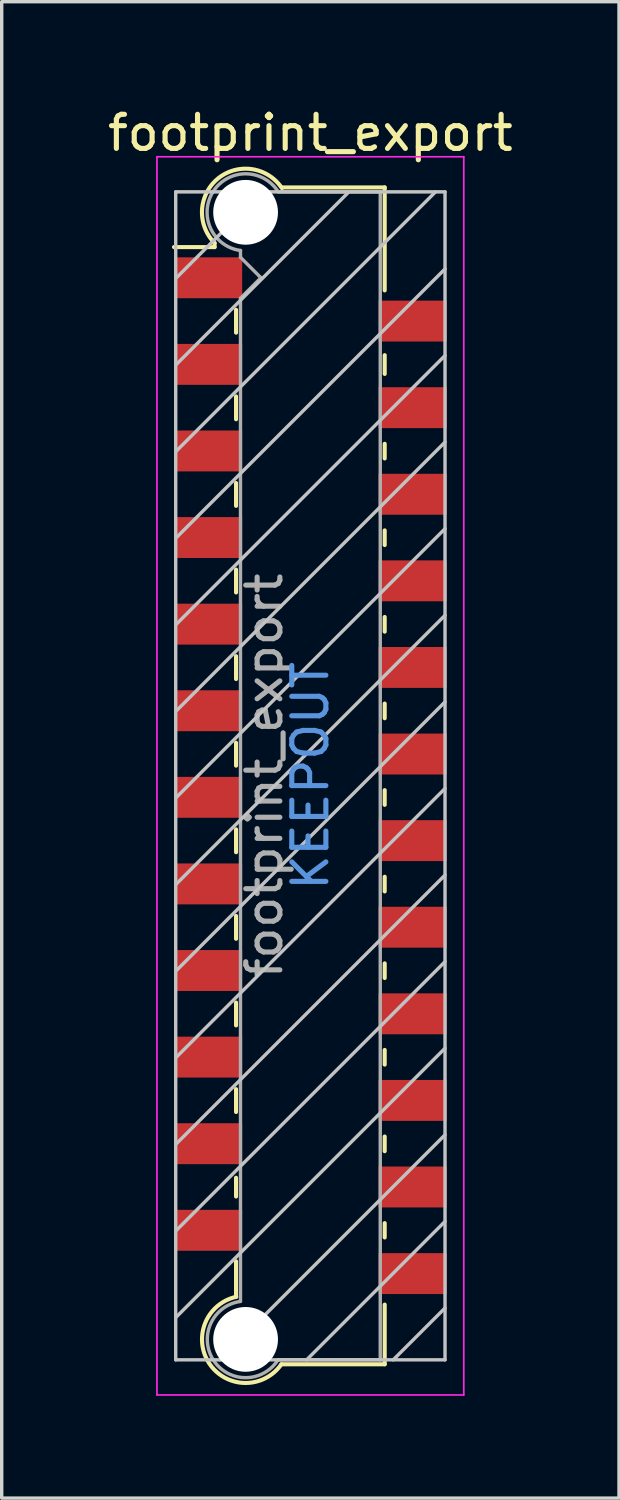
<source format=kicad_pcb>
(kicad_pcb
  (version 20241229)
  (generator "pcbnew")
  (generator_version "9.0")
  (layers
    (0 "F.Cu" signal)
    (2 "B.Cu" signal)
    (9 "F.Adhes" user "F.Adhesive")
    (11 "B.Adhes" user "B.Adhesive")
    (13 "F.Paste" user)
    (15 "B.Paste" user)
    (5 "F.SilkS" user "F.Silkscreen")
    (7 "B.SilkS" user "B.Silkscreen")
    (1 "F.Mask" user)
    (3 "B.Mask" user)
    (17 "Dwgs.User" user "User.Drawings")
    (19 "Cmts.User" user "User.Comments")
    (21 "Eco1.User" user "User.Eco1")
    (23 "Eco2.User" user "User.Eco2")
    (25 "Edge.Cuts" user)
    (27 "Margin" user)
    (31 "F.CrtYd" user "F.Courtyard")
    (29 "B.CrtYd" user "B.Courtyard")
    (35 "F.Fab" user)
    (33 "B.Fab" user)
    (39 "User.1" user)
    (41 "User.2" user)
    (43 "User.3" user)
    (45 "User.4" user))
  (footprint "footprint_export"
    (layer "F.Cu")
    (at 6.054 19.708)
    (property "Reference" "footprint_export" (at 0 -18.86 0) (layer "F.SilkS") (effects (font (size 1 1) (thickness 0.15))))
    (attr smd)
    (fp_line (start -2.81 -15.63) (end -2.81 -15.51) (stroke (width 0.12) (type solid)) (layer "F.SilkS"))
    (fp_line (start -2.81 -15.51) (end -4 -15.51) (stroke (width 0.12) (type solid)) (layer "F.SilkS"))
    (fp_line (start -2.18 -13) (end -2.18 -13.67) (stroke (width 0.12) (type solid)) (layer "F.SilkS"))
    (fp_line (start -2.18 -10.46) (end -2.18 -11.13) (stroke (width 0.12) (type solid)) (layer "F.SilkS"))
    (fp_line (start -2.18 -7.92) (end -2.18 -8.59) (stroke (width 0.12) (type solid)) (layer "F.SilkS"))
    (fp_line (start -2.18 -5.38) (end -2.18 -6.05) (stroke (width 0.12) (type solid)) (layer "F.SilkS"))
    (fp_line (start -2.18 -2.84) (end -2.18 -3.51) (stroke (width 0.12) (type solid)) (layer "F.SilkS"))
    (fp_line (start -2.18 -0.3) (end -2.18 -0.97) (stroke (width 0.12) (type solid)) (layer "F.SilkS"))
    (fp_line (start -2.18 2.24) (end -2.18 1.57) (stroke (width 0.12) (type solid)) (layer "F.SilkS"))
    (fp_line (start -2.18 4.78) (end -2.18 4.11) (stroke (width 0.12) (type solid)) (layer "F.SilkS"))
    (fp_line (start -2.18 7.32) (end -2.18 6.65) (stroke (width 0.12) (type solid)) (layer "F.SilkS"))
    (fp_line (start -2.18 9.86) (end -2.18 9.19) (stroke (width 0.12) (type solid)) (layer "F.SilkS"))
    (fp_line (start -2.18 12.34) (end -2.18 11.79) (stroke (width 0.12) (type solid)) (layer "F.SilkS"))
    (fp_line (start -2.18 15.28) (end -2.18 14.24) (stroke (width 0.12) (type solid)) (layer "F.SilkS"))
    (fp_line (start 2.18 -17.26) (end -0.82 -17.26) (stroke (width 0.12) (type solid)) (layer "F.SilkS"))
    (fp_line (start 2.18 -17.26) (end 2.18 -14.24) (stroke (width 0.12) (type solid)) (layer "F.SilkS"))
    (fp_line (start 2.18 -12.34) (end 2.18 -11.79) (stroke (width 0.12) (type solid)) (layer "F.SilkS"))
    (fp_line (start 2.18 -9.74) (end 2.18 -9.31) (stroke (width 0.12) (type solid)) (layer "F.SilkS"))
    (fp_line (start 2.18 -7.2) (end 2.18 -6.77) (stroke (width 0.12) (type solid)) (layer "F.SilkS"))
    (fp_line (start 2.18 -4.66) (end 2.18 -4.23) (stroke (width 0.12) (type solid)) (layer "F.SilkS"))
    (fp_line (start 2.18 -2.12) (end 2.18 -1.69) (stroke (width 0.12) (type solid)) (layer "F.SilkS"))
    (fp_line (start 2.18 0.42) (end 2.18 0.85) (stroke (width 0.12) (type solid)) (layer "F.SilkS"))
    (fp_line (start 2.18 2.96) (end 2.18 3.39) (stroke (width 0.12) (type solid)) (layer "F.SilkS"))
    (fp_line (start 2.18 5.5) (end 2.18 5.93) (stroke (width 0.12) (type solid)) (layer "F.SilkS"))
    (fp_line (start 2.18 8.04) (end 2.18 8.47) (stroke (width 0.12) (type solid)) (layer "F.SilkS"))
    (fp_line (start 2.18 10.58) (end 2.18 11.01) (stroke (width 0.12) (type solid)) (layer "F.SilkS"))
    (fp_line (start 2.18 13.12) (end 2.18 13.54) (stroke (width 0.12) (type solid)) (layer "F.SilkS"))
    (fp_line (start 2.18 15.51) (end 2.18 17.26) (stroke (width 0.12) (type solid)) (layer "F.SilkS"))
    (fp_line (start 2.18 17.26) (end -0.85 17.26) (stroke (width 0.12) (type solid)) (layer "F.SilkS"))
    (fp_arc (start -2.81 -15.63) (mid -2.708637 -17.522072) (end -0.834991 -17.239828) (stroke (width 0.12) (type solid)) (layer "F.SilkS"))
    (fp_arc (start -0.85 17.26) (mid -2.962791 17.241248) (end -2.174424 15.280964) (stroke (width 0.12) (type solid)) (layer "F.SilkS"))
    (fp_line (start -3.95 -17.13) (end -3.95 17.13) (stroke (width 0.1) (type solid)) (layer "Dwgs.User"))
    (fp_line (start -3.95 -14.59) (end -1.41 -17.13) (stroke (width 0.1) (type solid)) (layer "Dwgs.User"))
    (fp_line (start -3.95 -12.05) (end 1.13 -17.13) (stroke (width 0.1) (type solid)) (layer "Dwgs.User"))
    (fp_line (start -3.95 -9.51) (end 3.67 -17.13) (stroke (width 0.1) (type solid)) (layer "Dwgs.User"))
    (fp_line (start -3.95 -6.97) (end 3.95 -14.87) (stroke (width 0.1) (type solid)) (layer "Dwgs.User"))
    (fp_line (start -3.95 -4.43) (end 3.95 -12.33) (stroke (width 0.1) (type solid)) (layer "Dwgs.User"))
    (fp_line (start -3.95 -1.89) (end 3.95 -9.79) (stroke (width 0.1) (type solid)) (layer "Dwgs.User"))
    (fp_line (start -3.95 0.65) (end 3.95 -7.25) (stroke (width 0.1) (type solid)) (layer "Dwgs.User"))
    (fp_line (start -3.95 3.19) (end 3.95 -4.71) (stroke (width 0.1) (type solid)) (layer "Dwgs.User"))
    (fp_line (start -3.95 5.73) (end 3.95 -2.17) (stroke (width 0.1) (type solid)) (layer "Dwgs.User"))
    (fp_line (start -3.95 8.27) (end 3.95 0.37) (stroke (width 0.1) (type solid)) (layer "Dwgs.User"))
    (fp_line (start -3.95 10.81) (end 3.95 2.91) (stroke (width 0.1) (type solid)) (layer "Dwgs.User"))
    (fp_line (start -3.95 13.35) (end 3.95 5.45) (stroke (width 0.1) (type solid)) (layer "Dwgs.User"))
    (fp_line (start -3.95 15.89) (end 3.95 7.99) (stroke (width 0.1) (type solid)) (layer "Dwgs.User"))
    (fp_line (start -3.95 17.13) (end 3.95 17.13) (stroke (width 0.1) (type solid)) (layer "Dwgs.User"))
    (fp_line (start -2.65 17.13) (end 3.95 10.53) (stroke (width 0.1) (type solid)) (layer "Dwgs.User"))
    (fp_line (start -0.11 17.13) (end 3.95 13.07) (stroke (width 0.1) (type solid)) (layer "Dwgs.User"))
    (fp_line (start 2.43 17.13) (end 3.95 15.61) (stroke (width 0.1) (type solid)) (layer "Dwgs.User"))
    (fp_line (start 3.95 -17.13) (end -3.95 -17.13) (stroke (width 0.1) (type solid)) (layer "Dwgs.User"))
    (fp_line (start 3.95 17.13) (end 3.95 -17.13) (stroke (width 0.1) (type solid)) (layer "Dwgs.User"))
    (fp_line (start -4.5 -18.16) (end -4.5 18.16) (stroke (width 0.05) (type solid)) (layer "F.CrtYd"))
    (fp_line (start -4.5 18.16) (end 4.5 18.16) (stroke (width 0.05) (type solid)) (layer "F.CrtYd"))
    (fp_line (start 4.5 -18.16) (end -4.5 -18.16) (stroke (width 0.05) (type solid)) (layer "F.CrtYd"))
    (fp_line (start 4.5 18.16) (end 4.5 -18.16) (stroke (width 0.05) (type solid)) (layer "F.CrtYd"))
    (fp_line (start -2.05 -15.21) (end -2.05 -15.41) (stroke (width 0.1) (type solid)) (layer "F.Fab"))
    (fp_line (start -2.05 -14.01) (end -1.45 -14.61) (stroke (width 0.1) (type solid)) (layer "F.Fab"))
    (fp_line (start -2.05 15.41) (end -2.05 -14.01) (stroke (width 0.1) (type solid)) (layer "F.Fab"))
    (fp_line (start -1.45 -14.61) (end -2.05 -15.21) (stroke (width 0.1) (type solid)) (layer "F.Fab"))
    (fp_line (start 2.05 -17.13) (end -0.93 -17.13) (stroke (width 0.1) (type solid)) (layer "F.Fab"))
    (fp_line (start 2.05 -17.13) (end 2.05 17.13) (stroke (width 0.1) (type solid)) (layer "F.Fab"))
    (fp_line (start 2.05 17.13) (end -0.95 17.13) (stroke (width 0.1) (type solid)) (layer "F.Fab"))
    (fp_arc (start -2.05 -15.41) (mid -2.851672 -17.139279) (end -0.945612 -17.135015) (stroke (width 0.1) (type solid)) (layer "F.Fab"))
    (fp_arc (start -0.95 17.13) (mid -2.845272 17.137422) (end -2.051022 15.416585) (stroke (width 0.1) (type solid)) (layer "F.Fab"))
    (fp_text user "KEEPOUT" (at 0 0 90) (layer "Cmts.User") (effects (font (size 1 1) (thickness 0.15))))
    (fp_text user "${REFERENCE}" (at -1.35 0 90) (layer "F.Fab") (effects (font (size 1 1) (thickness 0.15))))
    (pad "" np_thru_hole circle (at -1.9 -16.53) (size 1.9 1.9) (drill 1.9) (layers "*.Cu" "*.Mask"))
    (pad "" np_thru_hole circle (at -1.9 16.53) (size 1.9 1.9) (drill 1.9) (layers "*.Cu" "*.Mask"))
    (pad "1" smd rect (at -3 -14.61) (size 2 1.2) (layers "F.Cu" "F.Mask" "F.Paste"))
    (pad "2" smd rect (at 3 -13.34) (size 2 1.2) (layers "F.Cu" "F.Mask" "F.Paste"))
    (pad "3" smd rect (at -3 -12.07) (size 2 1.2) (layers "F.Cu" "F.Mask" "F.Paste"))
    (pad "4" smd rect (at 3 -10.8) (size 2 1.2) (layers "F.Cu" "F.Mask" "F.Paste"))
    (pad "5" smd rect (at -3 -9.53) (size 2 1.2) (layers "F.Cu" "F.Mask" "F.Paste"))
    (pad "6" smd rect (at 3 -8.26) (size 2 1.2) (layers "F.Cu" "F.Mask" "F.Paste"))
    (pad "7" smd rect (at -3 -6.99) (size 2 1.2) (layers "F.Cu" "F.Mask" "F.Paste"))
    (pad "8" smd rect (at 3 -5.72) (size 2 1.2) (layers "F.Cu" "F.Mask" "F.Paste"))
    (pad "9" smd rect (at -3 -4.45) (size 2 1.2) (layers "F.Cu" "F.Mask" "F.Paste"))
    (pad "10" smd rect (at 3 -3.18) (size 2 1.2) (layers "F.Cu" "F.Mask" "F.Paste"))
    (pad "11" smd rect (at -3 -1.91) (size 2 1.2) (layers "F.Cu" "F.Mask" "F.Paste"))
    (pad "12" smd rect (at 3 -0.64) (size 2 1.2) (layers "F.Cu" "F.Mask" "F.Paste"))
    (pad "13" smd rect (at -3 0.63) (size 2 1.2) (layers "F.Cu" "F.Mask" "F.Paste"))
    (pad "14" smd rect (at 3 1.9) (size 2 1.2) (layers "F.Cu" "F.Mask" "F.Paste"))
    (pad "15" smd rect (at -3 3.17) (size 2 1.2) (layers "F.Cu" "F.Mask" "F.Paste"))
    (pad "16" smd rect (at 3 4.44) (size 2 1.2) (layers "F.Cu" "F.Mask" "F.Paste"))
    (pad "17" smd rect (at -3 5.71) (size 2 1.2) (layers "F.Cu" "F.Mask" "F.Paste"))
    (pad "18" smd rect (at 3 6.98) (size 2 1.2) (layers "F.Cu" "F.Mask" "F.Paste"))
    (pad "19" smd rect (at -3 8.25) (size 2 1.2) (layers "F.Cu" "F.Mask" "F.Paste"))
    (pad "20" smd rect (at 3 9.52) (size 2 1.2) (layers "F.Cu" "F.Mask" "F.Paste"))
    (pad "21" smd rect (at -3 10.79) (size 2 1.2) (layers "F.Cu" "F.Mask" "F.Paste"))
    (pad "22" smd rect (at 3 12.06) (size 2 1.2) (layers "F.Cu" "F.Mask" "F.Paste"))
    (pad "23" smd rect (at -3 13.33) (size 2 1.2) (layers "F.Cu" "F.Mask" "F.Paste"))
    (pad "24" smd rect (at 3 14.6) (size 2 1.2) (layers "F.Cu" "F.Mask" "F.Paste")))
  (gr_rect
    (start -3 -3)
    (end 15.107 40.893)
    (stroke (width 0.1) (type default))
    (fill no)
    (layer "Edge.Cuts")))
</source>
